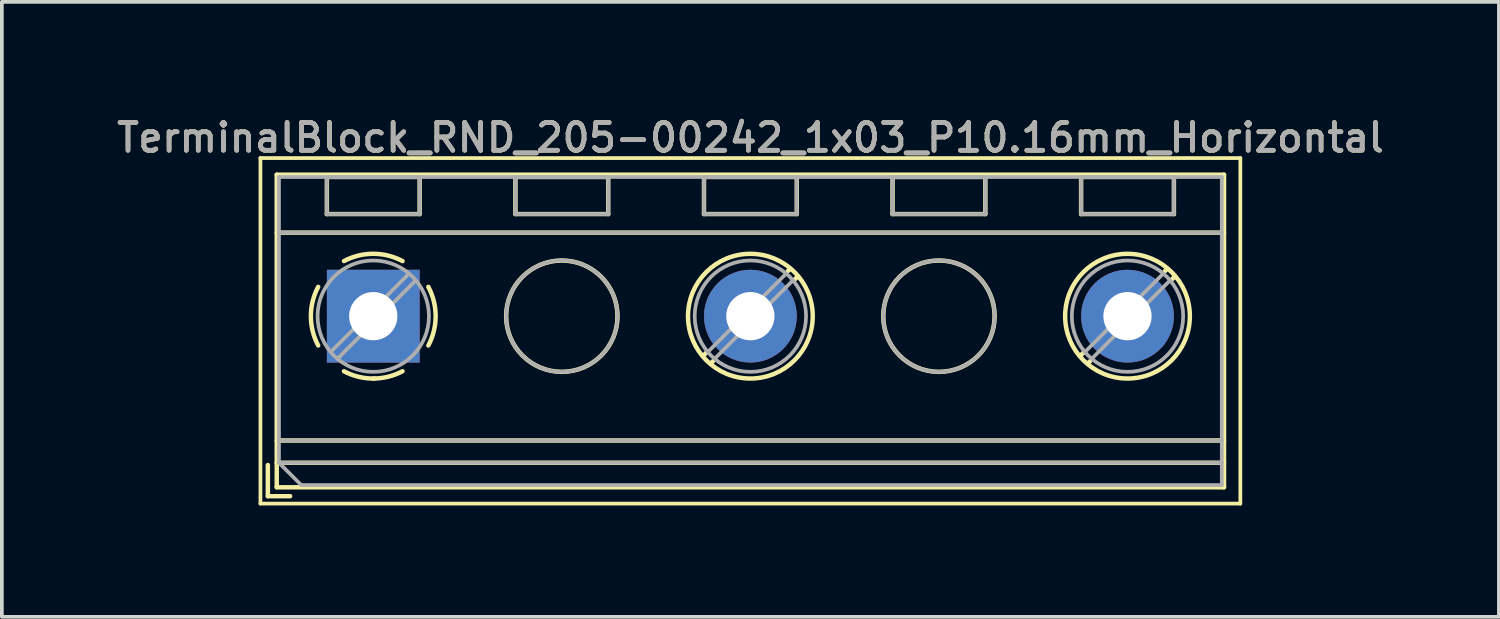
<source format=kicad_pcb>
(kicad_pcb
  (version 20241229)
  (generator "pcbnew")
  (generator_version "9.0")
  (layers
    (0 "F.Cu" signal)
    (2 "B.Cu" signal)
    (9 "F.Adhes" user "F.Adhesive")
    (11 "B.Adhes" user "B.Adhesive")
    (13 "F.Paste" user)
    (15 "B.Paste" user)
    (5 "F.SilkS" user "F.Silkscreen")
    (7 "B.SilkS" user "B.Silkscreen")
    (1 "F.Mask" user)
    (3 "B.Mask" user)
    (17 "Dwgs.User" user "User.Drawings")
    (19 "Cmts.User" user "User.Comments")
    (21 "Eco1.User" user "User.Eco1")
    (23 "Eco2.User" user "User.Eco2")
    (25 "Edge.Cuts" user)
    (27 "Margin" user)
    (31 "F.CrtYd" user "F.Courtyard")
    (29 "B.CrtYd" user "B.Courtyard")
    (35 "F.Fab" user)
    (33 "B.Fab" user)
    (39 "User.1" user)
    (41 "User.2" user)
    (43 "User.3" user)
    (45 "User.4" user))
  (footprint "TerminalBlock_RND_205-00242_1x03_P10.16mm_Horizontal"
    (layer "F.Cu")
    (at 7.006 5.468)
    (property "Reference" "TerminalBlock_RND_205-00242_1x03_P10.16mm_Horizontal" (at 10.16 -4.81 0) (layer "F.SilkS") (effects (font (size 0.75 0.75) (thickness 0.125))))
    (attr through_hole)
    (fp_line (start -3.04 -4.26) (end -3.04 5.05) (stroke (width 0.1) (type solid)) (layer "F.SilkS"))
    (fp_line (start -3.04 5.05) (end 23.36 5.05) (stroke (width 0.1) (type solid)) (layer "F.SilkS"))
    (fp_line (start -2.84 4.01) (end -2.84 4.85) (stroke (width 0.12) (type solid)) (layer "F.SilkS"))
    (fp_line (start -2.84 4.85) (end -2.24 4.85) (stroke (width 0.12) (type solid)) (layer "F.SilkS"))
    (fp_line (start -2.6 -3.811) (end -2.6 4.61) (stroke (width 0.12) (type solid)) (layer "F.SilkS"))
    (fp_line (start -2.6 -3.811) (end 22.92 -3.811) (stroke (width 0.12) (type solid)) (layer "F.SilkS"))
    (fp_line (start -2.6 -2.251) (end 22.92 -2.251) (stroke (width 0.12) (type solid)) (layer "F.SilkS"))
    (fp_line (start -2.6 3.35) (end 22.92 3.35) (stroke (width 0.12) (type solid)) (layer "F.SilkS"))
    (fp_line (start -2.6 3.95) (end 22.92 3.95) (stroke (width 0.12) (type solid)) (layer "F.SilkS"))
    (fp_line (start -2.6 4.61) (end 22.92 4.61) (stroke (width 0.12) (type solid)) (layer "F.SilkS"))
    (fp_line (start -1.25 -3.751) (end -1.25 -2.751) (stroke (width 0.12) (type solid)) (layer "F.SilkS"))
    (fp_line (start -1.25 -3.751) (end 1.25 -3.751) (stroke (width 0.12) (type solid)) (layer "F.SilkS"))
    (fp_line (start -1.25 -2.751) (end 1.25 -2.751) (stroke (width 0.12) (type solid)) (layer "F.SilkS"))
    (fp_line (start 1.25 -3.751) (end 1.25 -2.751) (stroke (width 0.12) (type solid)) (layer "F.SilkS"))
    (fp_line (start 3.83 -3.751) (end 3.83 -2.751) (stroke (width 0.12) (type solid)) (layer "F.SilkS"))
    (fp_line (start 3.83 -3.751) (end 6.33 -3.751) (stroke (width 0.12) (type solid)) (layer "F.SilkS"))
    (fp_line (start 3.83 -2.751) (end 6.33 -2.751) (stroke (width 0.12) (type solid)) (layer "F.SilkS"))
    (fp_line (start 6.33 -3.751) (end 6.33 -2.751) (stroke (width 0.12) (type solid)) (layer "F.SilkS"))
    (fp_line (start 8.91 -3.751) (end 8.91 -2.751) (stroke (width 0.12) (type solid)) (layer "F.SilkS"))
    (fp_line (start 8.91 -3.751) (end 11.41 -3.751) (stroke (width 0.12) (type solid)) (layer "F.SilkS"))
    (fp_line (start 8.91 -2.751) (end 11.41 -2.751) (stroke (width 0.12) (type solid)) (layer "F.SilkS"))
    (fp_line (start 8.98 0.976) (end 8.886 1.069) (stroke (width 0.12) (type solid)) (layer "F.SilkS"))
    (fp_line (start 9.15 1.216) (end 9.091 1.274) (stroke (width 0.12) (type solid)) (layer "F.SilkS"))
    (fp_line (start 11.23 -1.275) (end 11.171 -1.216) (stroke (width 0.12) (type solid)) (layer "F.SilkS"))
    (fp_line (start 11.41 -3.751) (end 11.41 -2.751) (stroke (width 0.12) (type solid)) (layer "F.SilkS"))
    (fp_line (start 11.435 -1.069) (end 11.341 -0.976) (stroke (width 0.12) (type solid)) (layer "F.SilkS"))
    (fp_line (start 13.99 -3.751) (end 13.99 -2.751) (stroke (width 0.12) (type solid)) (layer "F.SilkS"))
    (fp_line (start 13.99 -3.751) (end 16.49 -3.751) (stroke (width 0.12) (type solid)) (layer "F.SilkS"))
    (fp_line (start 13.99 -2.751) (end 16.49 -2.751) (stroke (width 0.12) (type solid)) (layer "F.SilkS"))
    (fp_line (start 16.49 -3.751) (end 16.49 -2.751) (stroke (width 0.12) (type solid)) (layer "F.SilkS"))
    (fp_line (start 19.07 -3.751) (end 19.07 -2.751) (stroke (width 0.12) (type solid)) (layer "F.SilkS"))
    (fp_line (start 19.07 -3.751) (end 21.57 -3.751) (stroke (width 0.12) (type solid)) (layer "F.SilkS"))
    (fp_line (start 19.07 -2.751) (end 21.57 -2.751) (stroke (width 0.12) (type solid)) (layer "F.SilkS"))
    (fp_line (start 19.14 0.976) (end 19.046 1.069) (stroke (width 0.12) (type solid)) (layer "F.SilkS"))
    (fp_line (start 19.31 1.216) (end 19.251 1.274) (stroke (width 0.12) (type solid)) (layer "F.SilkS"))
    (fp_line (start 21.39 -1.275) (end 21.331 -1.216) (stroke (width 0.12) (type solid)) (layer "F.SilkS"))
    (fp_line (start 21.57 -3.751) (end 21.57 -2.751) (stroke (width 0.12) (type solid)) (layer "F.SilkS"))
    (fp_line (start 21.595 -1.069) (end 21.501 -0.976) (stroke (width 0.12) (type solid)) (layer "F.SilkS"))
    (fp_line (start 22.92 -3.811) (end 22.92 4.61) (stroke (width 0.12) (type solid)) (layer "F.SilkS"))
    (fp_line (start 23.36 -4.26) (end -3.04 -4.26) (stroke (width 0.1) (type solid)) (layer "F.SilkS"))
    (fp_line (start 23.36 5.05) (end 23.36 -4.26) (stroke (width 0.1) (type solid)) (layer "F.SilkS"))
    (fp_arc (start -1.483953 0.789089) (mid -1.680708 0.00005) (end -1.484 -0.789) (stroke (width 0.12) (type solid)) (layer "F.SilkS"))
    (fp_arc (start -0.789089 -1.483953) (mid -0.00005 -1.680708) (end 0.789 -1.484) (stroke (width 0.12) (type solid)) (layer "F.SilkS"))
    (fp_arc (start 0.029383 1.68045) (mid -0.392304 1.634281) (end -0.789 1.484) (stroke (width 0.12) (type solid)) (layer "F.SilkS"))
    (fp_arc (start 0.788712 1.483352) (mid 0.406429 1.630097) (end 0 1.68) (stroke (width 0.12) (type solid)) (layer "F.SilkS"))
    (fp_arc (start 1.483953 -0.789089) (mid 1.680708 -0.00005) (end 1.484 0.789) (stroke (width 0.12) (type solid)) (layer "F.SilkS"))
    (fp_circle (center 5.08 0) (end 6.58 0) (stroke (width 0.12) (type solid)) (fill no) (layer "F.SilkS"))
    (fp_circle (center 10.16 0) (end 11.84 0) (stroke (width 0.12) (type solid)) (fill no) (layer "F.SilkS"))
    (fp_circle (center 15.24 0) (end 16.74 0) (stroke (width 0.12) (type solid)) (fill no) (layer "F.SilkS"))
    (fp_circle (center 20.32 0) (end 22 0) (stroke (width 0.12) (type solid)) (fill no) (layer "F.SilkS"))
    (fp_line (start -2.54 -3.75) (end 22.86 -3.75) (stroke (width 0.1) (type solid)) (layer "F.Fab"))
    (fp_line (start -2.54 -2.25) (end 22.86 -2.25) (stroke (width 0.1) (type solid)) (layer "F.Fab"))
    (fp_line (start -2.54 3.35) (end 22.86 3.35) (stroke (width 0.1) (type solid)) (layer "F.Fab"))
    (fp_line (start -2.54 3.95) (end -2.54 -3.75) (stroke (width 0.1) (type solid)) (layer "F.Fab"))
    (fp_line (start -2.54 3.95) (end 22.86 3.95) (stroke (width 0.1) (type solid)) (layer "F.Fab"))
    (fp_line (start -1.94 4.55) (end -2.54 3.95) (stroke (width 0.1) (type solid)) (layer "F.Fab"))
    (fp_line (start -1.25 -3.75) (end -1.25 -2.75) (stroke (width 0.1) (type solid)) (layer "F.Fab"))
    (fp_line (start -1.25 -2.75) (end 1.25 -2.75) (stroke (width 0.1) (type solid)) (layer "F.Fab"))
    (fp_line (start 0.955 -1.138) (end -1.138 0.955) (stroke (width 0.1) (type solid)) (layer "F.Fab"))
    (fp_line (start 1.138 -0.955) (end -0.955 1.138) (stroke (width 0.1) (type solid)) (layer "F.Fab"))
    (fp_line (start 1.25 -3.75) (end -1.25 -3.75) (stroke (width 0.1) (type solid)) (layer "F.Fab"))
    (fp_line (start 1.25 -2.75) (end 1.25 -3.75) (stroke (width 0.1) (type solid)) (layer "F.Fab"))
    (fp_line (start 3.83 -3.75) (end 3.83 -2.75) (stroke (width 0.1) (type solid)) (layer "F.Fab"))
    (fp_line (start 3.83 -2.75) (end 6.33 -2.75) (stroke (width 0.1) (type solid)) (layer "F.Fab"))
    (fp_line (start 6.33 -3.75) (end 3.83 -3.75) (stroke (width 0.1) (type solid)) (layer "F.Fab"))
    (fp_line (start 6.33 -2.75) (end 6.33 -3.75) (stroke (width 0.1) (type solid)) (layer "F.Fab"))
    (fp_line (start 8.91 -3.75) (end 8.91 -2.75) (stroke (width 0.1) (type solid)) (layer "F.Fab"))
    (fp_line (start 8.91 -2.75) (end 11.41 -2.75) (stroke (width 0.1) (type solid)) (layer "F.Fab"))
    (fp_line (start 11.115 -1.138) (end 9.023 0.955) (stroke (width 0.1) (type solid)) (layer "F.Fab"))
    (fp_line (start 11.298 -0.955) (end 9.206 1.138) (stroke (width 0.1) (type solid)) (layer "F.Fab"))
    (fp_line (start 11.41 -3.75) (end 8.91 -3.75) (stroke (width 0.1) (type solid)) (layer "F.Fab"))
    (fp_line (start 11.41 -2.75) (end 11.41 -3.75) (stroke (width 0.1) (type solid)) (layer "F.Fab"))
    (fp_line (start 13.99 -3.75) (end 13.99 -2.75) (stroke (width 0.1) (type solid)) (layer "F.Fab"))
    (fp_line (start 13.99 -2.75) (end 16.49 -2.75) (stroke (width 0.1) (type solid)) (layer "F.Fab"))
    (fp_line (start 16.49 -3.75) (end 13.99 -3.75) (stroke (width 0.1) (type solid)) (layer "F.Fab"))
    (fp_line (start 16.49 -2.75) (end 16.49 -3.75) (stroke (width 0.1) (type solid)) (layer "F.Fab"))
    (fp_line (start 19.07 -3.75) (end 19.07 -2.75) (stroke (width 0.1) (type solid)) (layer "F.Fab"))
    (fp_line (start 19.07 -2.75) (end 21.57 -2.75) (stroke (width 0.1) (type solid)) (layer "F.Fab"))
    (fp_line (start 21.275 -1.138) (end 19.183 0.955) (stroke (width 0.1) (type solid)) (layer "F.Fab"))
    (fp_line (start 21.458 -0.955) (end 19.366 1.138) (stroke (width 0.1) (type solid)) (layer "F.Fab"))
    (fp_line (start 21.57 -3.75) (end 19.07 -3.75) (stroke (width 0.1) (type solid)) (layer "F.Fab"))
    (fp_line (start 21.57 -2.75) (end 21.57 -3.75) (stroke (width 0.1) (type solid)) (layer "F.Fab"))
    (fp_line (start 22.86 -3.75) (end 22.86 4.55) (stroke (width 0.1) (type solid)) (layer "F.Fab"))
    (fp_line (start 22.86 4.55) (end -1.94 4.55) (stroke (width 0.1) (type solid)) (layer "F.Fab"))
    (fp_circle (center 0 0) (end 1.5 0) (stroke (width 0.1) (type solid)) (fill no) (layer "F.Fab"))
    (fp_circle (center 5.08 0) (end 6.58 0) (stroke (width 0.1) (type solid)) (fill no) (layer "F.Fab"))
    (fp_circle (center 10.16 0) (end 11.66 0) (stroke (width 0.1) (type solid)) (fill no) (layer "F.Fab"))
    (fp_circle (center 15.24 0) (end 16.74 0) (stroke (width 0.1) (type solid)) (fill no) (layer "F.Fab"))
    (fp_circle (center 20.32 0) (end 21.82 0) (stroke (width 0.1) (type solid)) (fill no) (layer "F.Fab"))
    (fp_text user "${REFERENCE}" (at 10.16 -4.81 0) (layer "F.Fab") (effects (font (size 0.75 0.75) (thickness 0.125))))
    (pad "1" thru_hole rect (at 0 0) (size 2.5 2.5) (drill 1.3) (layers "*.Cu" "*.Mask"))
    (pad "2" thru_hole circle (at 10.16 0) (size 2.5 2.5) (drill 1.3) (layers "*.Cu" "*.Mask"))
    (pad "3" thru_hole circle (at 20.32 0) (size 2.5 2.5) (drill 1.3) (layers "*.Cu" "*.Mask")))
  (gr_rect
    (start -3 -3)
    (end 37.332 13.568)
    (stroke (width 0.1) (type default))
    (fill no)
    (layer "Edge.Cuts")))
</source>
